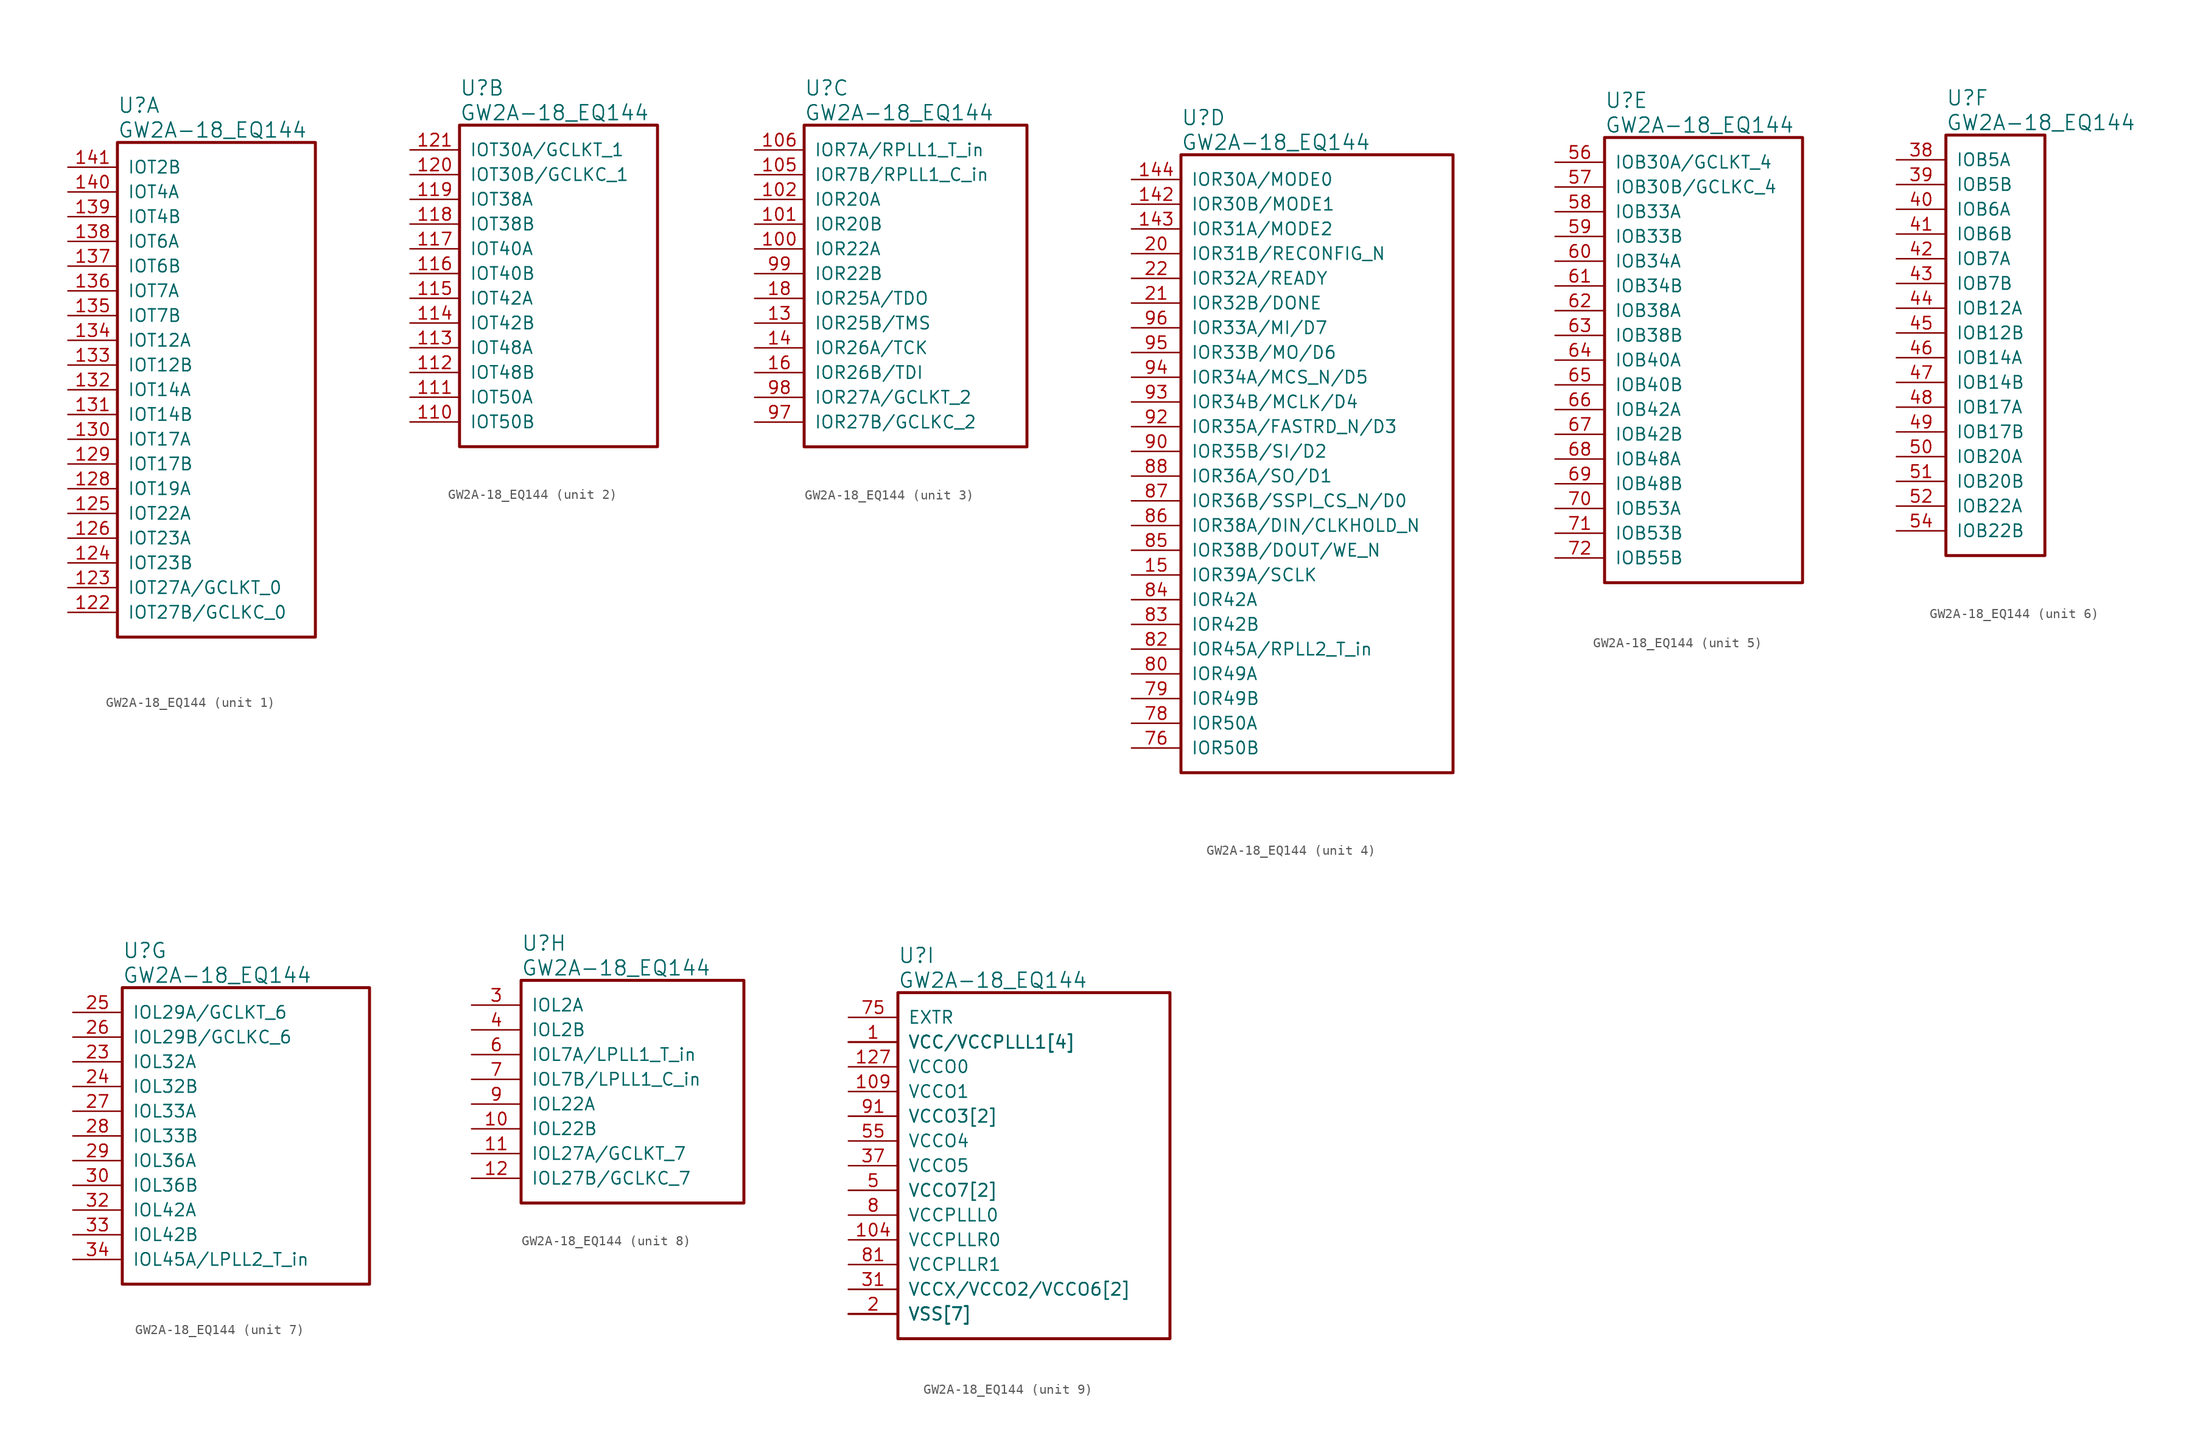
<source format=kicad_sym>
(kicad_symbol_lib
  (version 20241209)
  (generator "kicad_symbol_editor")
  (generator_version "9.0")
  (symbol "GW2A-18_EQ144"
    (pin_names
      (offset 1.016))
    (property "Reference" "U"
      (at 5.08 6.35 0)
      (effects (font (size 1.524 1.524)) (justify left)))
    (property "Value" "GW2A-18_EQ144"
      (at 5.08 3.81 0)
      (effects (font (size 1.524 1.524)) (justify left)))
    (property "ki_locked" ""
      (at 0 0 0)
      (effects (font (size 1.27 1.27))))
    (symbol "GW2A-18_EQ144_1_1"
      (rectangle (start 5.08 2.54) (end 25.4 -48.26) (stroke (width 0.305) (type solid)) (fill (type none)))
      (pin bidirectional line (at 0 0 0) (length 5.08) (name "IOT2B" (effects (font (size 1.27 1.27)))) (number "141" (effects (font (size 1.27 1.27)))))
      (pin bidirectional line (at 0 -2.54 0) (length 5.08) (name "IOT4A" (effects (font (size 1.27 1.27)))) (number "140" (effects (font (size 1.27 1.27)))))
      (pin bidirectional line (at 0 -5.08 0) (length 5.08) (name "IOT4B" (effects (font (size 1.27 1.27)))) (number "139" (effects (font (size 1.27 1.27)))))
      (pin bidirectional line (at 0 -7.62 0) (length 5.08) (name "IOT6A" (effects (font (size 1.27 1.27)))) (number "138" (effects (font (size 1.27 1.27)))))
      (pin bidirectional line (at 0 -10.16 0) (length 5.08) (name "IOT6B" (effects (font (size 1.27 1.27)))) (number "137" (effects (font (size 1.27 1.27)))))
      (pin bidirectional line (at 0 -12.7 0) (length 5.08) (name "IOT7A" (effects (font (size 1.27 1.27)))) (number "136" (effects (font (size 1.27 1.27)))))
      (pin bidirectional line (at 0 -15.24 0) (length 5.08) (name "IOT7B" (effects (font (size 1.27 1.27)))) (number "135" (effects (font (size 1.27 1.27)))))
      (pin bidirectional line (at 0 -17.78 0) (length 5.08) (name "IOT12A" (effects (font (size 1.27 1.27)))) (number "134" (effects (font (size 1.27 1.27)))))
      (pin bidirectional line (at 0 -20.32 0) (length 5.08) (name "IOT12B" (effects (font (size 1.27 1.27)))) (number "133" (effects (font (size 1.27 1.27)))))
      (pin bidirectional line (at 0 -22.86 0) (length 5.08) (name "IOT14A" (effects (font (size 1.27 1.27)))) (number "132" (effects (font (size 1.27 1.27)))))
      (pin bidirectional line (at 0 -25.4 0) (length 5.08) (name "IOT14B" (effects (font (size 1.27 1.27)))) (number "131" (effects (font (size 1.27 1.27)))))
      (pin bidirectional line (at 0 -27.94 0) (length 5.08) (name "IOT17A" (effects (font (size 1.27 1.27)))) (number "130" (effects (font (size 1.27 1.27)))))
      (pin bidirectional line (at 0 -30.48 0) (length 5.08) (name "IOT17B" (effects (font (size 1.27 1.27)))) (number "129" (effects (font (size 1.27 1.27)))))
      (pin bidirectional line (at 0 -33.02 0) (length 5.08) (name "IOT19A" (effects (font (size 1.27 1.27)))) (number "128" (effects (font (size 1.27 1.27)))))
      (pin bidirectional line (at 0 -35.56 0) (length 5.08) (name "IOT22A" (effects (font (size 1.27 1.27)))) (number "125" (effects (font (size 1.27 1.27)))))
      (pin bidirectional line (at 0 -38.1 0) (length 5.08) (name "IOT23A" (effects (font (size 1.27 1.27)))) (number "126" (effects (font (size 1.27 1.27)))))
      (pin bidirectional line (at 0 -40.64 0) (length 5.08) (name "IOT23B" (effects (font (size 1.27 1.27)))) (number "124" (effects (font (size 1.27 1.27)))))
      (pin bidirectional line (at 0 -43.18 0) (length 5.08) (name "IOT27A/GCLKT_0" (effects (font (size 1.27 1.27)))) (number "123" (effects (font (size 1.27 1.27)))))
      (pin bidirectional line (at 0 -45.72 0) (length 5.08) (name "IOT27B/GCLKC_0" (effects (font (size 1.27 1.27)))) (number "122" (effects (font (size 1.27 1.27))))))
    (symbol "GW2A-18_EQ144_2_1"
      (rectangle (start 5.08 2.54) (end 25.4 -30.48) (stroke (width 0.305) (type solid)) (fill (type none)))
      (pin bidirectional line (at 0 0 0) (length 5.08) (name "IOT30A/GCLKT_1" (effects (font (size 1.27 1.27)))) (number "121" (effects (font (size 1.27 1.27)))))
      (pin bidirectional line (at 0 -2.54 0) (length 5.08) (name "IOT30B/GCLKC_1" (effects (font (size 1.27 1.27)))) (number "120" (effects (font (size 1.27 1.27)))))
      (pin bidirectional line (at 0 -5.08 0) (length 5.08) (name "IOT38A" (effects (font (size 1.27 1.27)))) (number "119" (effects (font (size 1.27 1.27)))))
      (pin bidirectional line (at 0 -7.62 0) (length 5.08) (name "IOT38B" (effects (font (size 1.27 1.27)))) (number "118" (effects (font (size 1.27 1.27)))))
      (pin bidirectional line (at 0 -10.16 0) (length 5.08) (name "IOT40A" (effects (font (size 1.27 1.27)))) (number "117" (effects (font (size 1.27 1.27)))))
      (pin bidirectional line (at 0 -12.7 0) (length 5.08) (name "IOT40B" (effects (font (size 1.27 1.27)))) (number "116" (effects (font (size 1.27 1.27)))))
      (pin bidirectional line (at 0 -15.24 0) (length 5.08) (name "IOT42A" (effects (font (size 1.27 1.27)))) (number "115" (effects (font (size 1.27 1.27)))))
      (pin bidirectional line (at 0 -17.78 0) (length 5.08) (name "IOT42B" (effects (font (size 1.27 1.27)))) (number "114" (effects (font (size 1.27 1.27)))))
      (pin bidirectional line (at 0 -20.32 0) (length 5.08) (name "IOT48A" (effects (font (size 1.27 1.27)))) (number "113" (effects (font (size 1.27 1.27)))))
      (pin bidirectional line (at 0 -22.86 0) (length 5.08) (name "IOT48B" (effects (font (size 1.27 1.27)))) (number "112" (effects (font (size 1.27 1.27)))))
      (pin bidirectional line (at 0 -25.4 0) (length 5.08) (name "IOT50A" (effects (font (size 1.27 1.27)))) (number "111" (effects (font (size 1.27 1.27)))))
      (pin bidirectional line (at 0 -27.94 0) (length 5.08) (name "IOT50B" (effects (font (size 1.27 1.27)))) (number "110" (effects (font (size 1.27 1.27))))))
    (symbol "GW2A-18_EQ144_3_1"
      (rectangle (start 5.08 2.54) (end 27.94 -30.48) (stroke (width 0.305) (type solid)) (fill (type none)))
      (pin bidirectional line (at 0 0 0) (length 5.08) (name "IOR7A/RPLL1_T_in" (effects (font (size 1.27 1.27)))) (number "106" (effects (font (size 1.27 1.27)))))
      (pin bidirectional line (at 0 -2.54 0) (length 5.08) (name "IOR7B/RPLL1_C_in" (effects (font (size 1.27 1.27)))) (number "105" (effects (font (size 1.27 1.27)))))
      (pin bidirectional line (at 0 -5.08 0) (length 5.08) (name "IOR20A" (effects (font (size 1.27 1.27)))) (number "102" (effects (font (size 1.27 1.27)))))
      (pin bidirectional line (at 0 -7.62 0) (length 5.08) (name "IOR20B" (effects (font (size 1.27 1.27)))) (number "101" (effects (font (size 1.27 1.27)))))
      (pin bidirectional line (at 0 -10.16 0) (length 5.08) (name "IOR22A" (effects (font (size 1.27 1.27)))) (number "100" (effects (font (size 1.27 1.27)))))
      (pin bidirectional line (at 0 -12.7 0) (length 5.08) (name "IOR22B" (effects (font (size 1.27 1.27)))) (number "99" (effects (font (size 1.27 1.27)))))
      (pin bidirectional line (at 0 -15.24 0) (length 5.08) (name "IOR25A/TDO" (effects (font (size 1.27 1.27)))) (number "18" (effects (font (size 1.27 1.27)))))
      (pin bidirectional line (at 0 -17.78 0) (length 5.08) (name "IOR25B/TMS" (effects (font (size 1.27 1.27)))) (number "13" (effects (font (size 1.27 1.27)))))
      (pin bidirectional line (at 0 -20.32 0) (length 5.08) (name "IOR26A/TCK" (effects (font (size 1.27 1.27)))) (number "14" (effects (font (size 1.27 1.27)))))
      (pin bidirectional line (at 0 -22.86 0) (length 5.08) (name "IOR26B/TDI" (effects (font (size 1.27 1.27)))) (number "16" (effects (font (size 1.27 1.27)))))
      (pin bidirectional line (at 0 -25.4 0) (length 5.08) (name "IOR27A/GCLKT_2" (effects (font (size 1.27 1.27)))) (number "98" (effects (font (size 1.27 1.27)))))
      (pin bidirectional line (at 0 -27.94 0) (length 5.08) (name "IOR27B/GCLKC_2" (effects (font (size 1.27 1.27)))) (number "97" (effects (font (size 1.27 1.27))))))
    (symbol "GW2A-18_EQ144_4_1"
      (rectangle (start 5.08 2.54) (end 33.02 -60.96) (stroke (width 0.305) (type solid)) (fill (type none)))
      (pin bidirectional line (at 0 0 0) (length 5.08) (name "IOR30A/MODE0" (effects (font (size 1.27 1.27)))) (number "144" (effects (font (size 1.27 1.27)))))
      (pin bidirectional line (at 0 -2.54 0) (length 5.08) (name "IOR30B/MODE1" (effects (font (size 1.27 1.27)))) (number "142" (effects (font (size 1.27 1.27)))))
      (pin bidirectional line (at 0 -5.08 0) (length 5.08) (name "IOR31A/MODE2" (effects (font (size 1.27 1.27)))) (number "143" (effects (font (size 1.27 1.27)))))
      (pin bidirectional line (at 0 -7.62 0) (length 5.08) (name "IOR31B/RECONFIG_N" (effects (font (size 1.27 1.27)))) (number "20" (effects (font (size 1.27 1.27)))))
      (pin bidirectional line (at 0 -10.16 0) (length 5.08) (name "IOR32A/READY" (effects (font (size 1.27 1.27)))) (number "22" (effects (font (size 1.27 1.27)))))
      (pin bidirectional line (at 0 -12.7 0) (length 5.08) (name "IOR32B/DONE" (effects (font (size 1.27 1.27)))) (number "21" (effects (font (size 1.27 1.27)))))
      (pin bidirectional line (at 0 -15.24 0) (length 5.08) (name "IOR33A/MI/D7" (effects (font (size 1.27 1.27)))) (number "96" (effects (font (size 1.27 1.27)))))
      (pin bidirectional line (at 0 -17.78 0) (length 5.08) (name "IOR33B/MO/D6" (effects (font (size 1.27 1.27)))) (number "95" (effects (font (size 1.27 1.27)))))
      (pin bidirectional line (at 0 -20.32 0) (length 5.08) (name "IOR34A/MCS_N/D5" (effects (font (size 1.27 1.27)))) (number "94" (effects (font (size 1.27 1.27)))))
      (pin bidirectional line (at 0 -22.86 0) (length 5.08) (name "IOR34B/MCLK/D4" (effects (font (size 1.27 1.27)))) (number "93" (effects (font (size 1.27 1.27)))))
      (pin bidirectional line (at 0 -25.4 0) (length 5.08) (name "IOR35A/FASTRD_N/D3" (effects (font (size 1.27 1.27)))) (number "92" (effects (font (size 1.27 1.27)))))
      (pin bidirectional line (at 0 -27.94 0) (length 5.08) (name "IOR35B/SI/D2" (effects (font (size 1.27 1.27)))) (number "90" (effects (font (size 1.27 1.27)))))
      (pin bidirectional line (at 0 -30.48 0) (length 5.08) (name "IOR36A/SO/D1" (effects (font (size 1.27 1.27)))) (number "88" (effects (font (size 1.27 1.27)))))
      (pin bidirectional line (at 0 -33.02 0) (length 5.08) (name "IOR36B/SSPI_CS_N/D0" (effects (font (size 1.27 1.27)))) (number "87" (effects (font (size 1.27 1.27)))))
      (pin bidirectional line (at 0 -35.56 0) (length 5.08) (name "IOR38A/DIN/CLKHOLD_N" (effects (font (size 1.27 1.27)))) (number "86" (effects (font (size 1.27 1.27)))))
      (pin bidirectional line (at 0 -38.1 0) (length 5.08) (name "IOR38B/DOUT/WE_N" (effects (font (size 1.27 1.27)))) (number "85" (effects (font (size 1.27 1.27)))))
      (pin bidirectional line (at 0 -40.64 0) (length 5.08) (name "IOR39A/SCLK" (effects (font (size 1.27 1.27)))) (number "15" (effects (font (size 1.27 1.27)))))
      (pin bidirectional line (at 0 -43.18 0) (length 5.08) (name "IOR42A" (effects (font (size 1.27 1.27)))) (number "84" (effects (font (size 1.27 1.27)))))
      (pin bidirectional line (at 0 -45.72 0) (length 5.08) (name "IOR42B" (effects (font (size 1.27 1.27)))) (number "83" (effects (font (size 1.27 1.27)))))
      (pin bidirectional line (at 0 -48.26 0) (length 5.08) (name "IOR45A/RPLL2_T_in" (effects (font (size 1.27 1.27)))) (number "82" (effects (font (size 1.27 1.27)))))
      (pin bidirectional line (at 0 -50.8 0) (length 5.08) (name "IOR49A" (effects (font (size 1.27 1.27)))) (number "80" (effects (font (size 1.27 1.27)))))
      (pin bidirectional line (at 0 -53.34 0) (length 5.08) (name "IOR49B" (effects (font (size 1.27 1.27)))) (number "79" (effects (font (size 1.27 1.27)))))
      (pin bidirectional line (at 0 -55.88 0) (length 5.08) (name "IOR50A" (effects (font (size 1.27 1.27)))) (number "78" (effects (font (size 1.27 1.27)))))
      (pin bidirectional line (at 0 -58.42 0) (length 5.08) (name "IOR50B" (effects (font (size 1.27 1.27)))) (number "76" (effects (font (size 1.27 1.27))))))
    (symbol "GW2A-18_EQ144_5_1"
      (rectangle (start 5.08 2.54) (end 25.4 -43.18) (stroke (width 0.305) (type solid)) (fill (type none)))
      (pin bidirectional line (at 0 0 0) (length 5.08) (name "IOB30A/GCLKT_4" (effects (font (size 1.27 1.27)))) (number "56" (effects (font (size 1.27 1.27)))))
      (pin bidirectional line (at 0 -2.54 0) (length 5.08) (name "IOB30B/GCLKC_4" (effects (font (size 1.27 1.27)))) (number "57" (effects (font (size 1.27 1.27)))))
      (pin bidirectional line (at 0 -5.08 0) (length 5.08) (name "IOB33A" (effects (font (size 1.27 1.27)))) (number "58" (effects (font (size 1.27 1.27)))))
      (pin bidirectional line (at 0 -7.62 0) (length 5.08) (name "IOB33B" (effects (font (size 1.27 1.27)))) (number "59" (effects (font (size 1.27 1.27)))))
      (pin bidirectional line (at 0 -10.16 0) (length 5.08) (name "IOB34A" (effects (font (size 1.27 1.27)))) (number "60" (effects (font (size 1.27 1.27)))))
      (pin bidirectional line (at 0 -12.7 0) (length 5.08) (name "IOB34B" (effects (font (size 1.27 1.27)))) (number "61" (effects (font (size 1.27 1.27)))))
      (pin bidirectional line (at 0 -15.24 0) (length 5.08) (name "IOB38A" (effects (font (size 1.27 1.27)))) (number "62" (effects (font (size 1.27 1.27)))))
      (pin bidirectional line (at 0 -17.78 0) (length 5.08) (name "IOB38B" (effects (font (size 1.27 1.27)))) (number "63" (effects (font (size 1.27 1.27)))))
      (pin bidirectional line (at 0 -20.32 0) (length 5.08) (name "IOB40A" (effects (font (size 1.27 1.27)))) (number "64" (effects (font (size 1.27 1.27)))))
      (pin bidirectional line (at 0 -22.86 0) (length 5.08) (name "IOB40B" (effects (font (size 1.27 1.27)))) (number "65" (effects (font (size 1.27 1.27)))))
      (pin bidirectional line (at 0 -25.4 0) (length 5.08) (name "IOB42A" (effects (font (size 1.27 1.27)))) (number "66" (effects (font (size 1.27 1.27)))))
      (pin bidirectional line (at 0 -27.94 0) (length 5.08) (name "IOB42B" (effects (font (size 1.27 1.27)))) (number "67" (effects (font (size 1.27 1.27)))))
      (pin bidirectional line (at 0 -30.48 0) (length 5.08) (name "IOB48A" (effects (font (size 1.27 1.27)))) (number "68" (effects (font (size 1.27 1.27)))))
      (pin bidirectional line (at 0 -33.02 0) (length 5.08) (name "IOB48B" (effects (font (size 1.27 1.27)))) (number "69" (effects (font (size 1.27 1.27)))))
      (pin bidirectional line (at 0 -35.56 0) (length 5.08) (name "IOB53A" (effects (font (size 1.27 1.27)))) (number "70" (effects (font (size 1.27 1.27)))))
      (pin bidirectional line (at 0 -38.1 0) (length 5.08) (name "IOB53B" (effects (font (size 1.27 1.27)))) (number "71" (effects (font (size 1.27 1.27)))))
      (pin bidirectional line (at 0 -40.64 0) (length 5.08) (name "IOB55B" (effects (font (size 1.27 1.27)))) (number "72" (effects (font (size 1.27 1.27))))))
    (symbol "GW2A-18_EQ144_6_1"
      (rectangle (start 5.08 2.54) (end 15.24 -40.64) (stroke (width 0.305) (type solid)) (fill (type none)))
      (pin bidirectional line (at 0 0 0) (length 5.08) (name "IOB5A" (effects (font (size 1.27 1.27)))) (number "38" (effects (font (size 1.27 1.27)))))
      (pin bidirectional line (at 0 -2.54 0) (length 5.08) (name "IOB5B" (effects (font (size 1.27 1.27)))) (number "39" (effects (font (size 1.27 1.27)))))
      (pin bidirectional line (at 0 -5.08 0) (length 5.08) (name "IOB6A" (effects (font (size 1.27 1.27)))) (number "40" (effects (font (size 1.27 1.27)))))
      (pin bidirectional line (at 0 -7.62 0) (length 5.08) (name "IOB6B" (effects (font (size 1.27 1.27)))) (number "41" (effects (font (size 1.27 1.27)))))
      (pin bidirectional line (at 0 -10.16 0) (length 5.08) (name "IOB7A" (effects (font (size 1.27 1.27)))) (number "42" (effects (font (size 1.27 1.27)))))
      (pin bidirectional line (at 0 -12.7 0) (length 5.08) (name "IOB7B" (effects (font (size 1.27 1.27)))) (number "43" (effects (font (size 1.27 1.27)))))
      (pin bidirectional line (at 0 -15.24 0) (length 5.08) (name "IOB12A" (effects (font (size 1.27 1.27)))) (number "44" (effects (font (size 1.27 1.27)))))
      (pin bidirectional line (at 0 -17.78 0) (length 5.08) (name "IOB12B" (effects (font (size 1.27 1.27)))) (number "45" (effects (font (size 1.27 1.27)))))
      (pin bidirectional line (at 0 -20.32 0) (length 5.08) (name "IOB14A" (effects (font (size 1.27 1.27)))) (number "46" (effects (font (size 1.27 1.27)))))
      (pin bidirectional line (at 0 -22.86 0) (length 5.08) (name "IOB14B" (effects (font (size 1.27 1.27)))) (number "47" (effects (font (size 1.27 1.27)))))
      (pin bidirectional line (at 0 -25.4 0) (length 5.08) (name "IOB17A" (effects (font (size 1.27 1.27)))) (number "48" (effects (font (size 1.27 1.27)))))
      (pin bidirectional line (at 0 -27.94 0) (length 5.08) (name "IOB17B" (effects (font (size 1.27 1.27)))) (number "49" (effects (font (size 1.27 1.27)))))
      (pin bidirectional line (at 0 -30.48 0) (length 5.08) (name "IOB20A" (effects (font (size 1.27 1.27)))) (number "50" (effects (font (size 1.27 1.27)))))
      (pin bidirectional line (at 0 -33.02 0) (length 5.08) (name "IOB20B" (effects (font (size 1.27 1.27)))) (number "51" (effects (font (size 1.27 1.27)))))
      (pin bidirectional line (at 0 -35.56 0) (length 5.08) (name "IOB22A" (effects (font (size 1.27 1.27)))) (number "52" (effects (font (size 1.27 1.27)))))
      (pin bidirectional line (at 0 -38.1 0) (length 5.08) (name "IOB22B" (effects (font (size 1.27 1.27)))) (number "54" (effects (font (size 1.27 1.27))))))
    (symbol "GW2A-18_EQ144_7_1"
      (rectangle (start 5.08 2.54) (end 30.48 -27.94) (stroke (width 0.305) (type solid)) (fill (type none)))
      (pin bidirectional line (at 0 0 0) (length 5.08) (name "IOL29A/GCLKT_6" (effects (font (size 1.27 1.27)))) (number "25" (effects (font (size 1.27 1.27)))))
      (pin bidirectional line (at 0 -2.54 0) (length 5.08) (name "IOL29B/GCLKC_6" (effects (font (size 1.27 1.27)))) (number "26" (effects (font (size 1.27 1.27)))))
      (pin bidirectional line (at 0 -5.08 0) (length 5.08) (name "IOL32A" (effects (font (size 1.27 1.27)))) (number "23" (effects (font (size 1.27 1.27)))))
      (pin bidirectional line (at 0 -7.62 0) (length 5.08) (name "IOL32B" (effects (font (size 1.27 1.27)))) (number "24" (effects (font (size 1.27 1.27)))))
      (pin bidirectional line (at 0 -10.16 0) (length 5.08) (name "IOL33A" (effects (font (size 1.27 1.27)))) (number "27" (effects (font (size 1.27 1.27)))))
      (pin bidirectional line (at 0 -12.7 0) (length 5.08) (name "IOL33B" (effects (font (size 1.27 1.27)))) (number "28" (effects (font (size 1.27 1.27)))))
      (pin bidirectional line (at 0 -15.24 0) (length 5.08) (name "IOL36A" (effects (font (size 1.27 1.27)))) (number "29" (effects (font (size 1.27 1.27)))))
      (pin bidirectional line (at 0 -17.78 0) (length 5.08) (name "IOL36B" (effects (font (size 1.27 1.27)))) (number "30" (effects (font (size 1.27 1.27)))))
      (pin bidirectional line (at 0 -20.32 0) (length 5.08) (name "IOL42A" (effects (font (size 1.27 1.27)))) (number "32" (effects (font (size 1.27 1.27)))))
      (pin bidirectional line (at 0 -22.86 0) (length 5.08) (name "IOL42B" (effects (font (size 1.27 1.27)))) (number "33" (effects (font (size 1.27 1.27)))))
      (pin bidirectional line (at 0 -25.4 0) (length 5.08) (name "IOL45A/LPLL2_T_in" (effects (font (size 1.27 1.27)))) (number "34" (effects (font (size 1.27 1.27))))))
    (symbol "GW2A-18_EQ144_8_1"
      (rectangle (start 5.08 2.54) (end 27.94 -20.32) (stroke (width 0.305) (type solid)) (fill (type none)))
      (pin bidirectional line (at 0 0 0) (length 5.08) (name "IOL2A" (effects (font (size 1.27 1.27)))) (number "3" (effects (font (size 1.27 1.27)))))
      (pin bidirectional line (at 0 -2.54 0) (length 5.08) (name "IOL2B" (effects (font (size 1.27 1.27)))) (number "4" (effects (font (size 1.27 1.27)))))
      (pin bidirectional line (at 0 -5.08 0) (length 5.08) (name "IOL7A/LPLL1_T_in" (effects (font (size 1.27 1.27)))) (number "6" (effects (font (size 1.27 1.27)))))
      (pin bidirectional line (at 0 -7.62 0) (length 5.08) (name "IOL7B/LPLL1_C_in" (effects (font (size 1.27 1.27)))) (number "7" (effects (font (size 1.27 1.27)))))
      (pin bidirectional line (at 0 -10.16 0) (length 5.08) (name "IOL22A" (effects (font (size 1.27 1.27)))) (number "9" (effects (font (size 1.27 1.27)))))
      (pin bidirectional line (at 0 -12.7 0) (length 5.08) (name "IOL22B" (effects (font (size 1.27 1.27)))) (number "10" (effects (font (size 1.27 1.27)))))
      (pin bidirectional line (at 0 -15.24 0) (length 5.08) (name "IOL27A/GCLKT_7" (effects (font (size 1.27 1.27)))) (number "11" (effects (font (size 1.27 1.27)))))
      (pin bidirectional line (at 0 -17.78 0) (length 5.08) (name "IOL27B/GCLKC_7" (effects (font (size 1.27 1.27)))) (number "12" (effects (font (size 1.27 1.27))))))
    (symbol "GW2A-18_EQ144_9_1"
      (rectangle (start 5.08 2.54) (end 33.02 -33.02) (stroke (width 0.305) (type solid)) (fill (type none)))
      (pin power_in line (at 0 0 0) (length 5.08) (name "EXTR" (effects (font (size 1.27 1.27)))) (number "75" (effects (font (size 1.27 1.27)))))
      (pin power_in line (at 0 -2.54 0) (length 5.08) (name "VCC/VCCPLLL1[4]" (effects (font (size 1.27 1.27)))) (number "1" (effects (font (size 1.27 1.27)))))
      (pin power_in line (at 0 -2.54 0) (length 5.08) (name "VCC/VCCPLLL1[4]" (effects (font (size 1.27 1.27)))) (number "108" (effects (font (size 0 0)))))
      (pin power_in line (at 0 -2.54 0) (length 5.08) (name "VCC/VCCPLLL1[4]" (effects (font (size 1.27 1.27)))) (number "36" (effects (font (size 0 0)))))
      (pin power_in line (at 0 -2.54 0) (length 5.08) (name "VCC/VCCPLLL1[4]" (effects (font (size 1.27 1.27)))) (number "73" (effects (font (size 0 0)))))
      (pin power_in line (at 0 -5.08 0) (length 5.08) (name "VCCO0" (effects (font (size 1.27 1.27)))) (number "127" (effects (font (size 1.27 1.27)))))
      (pin power_in line (at 0 -7.62 0) (length 5.08) (name "VCCO1" (effects (font (size 1.27 1.27)))) (number "109" (effects (font (size 1.27 1.27)))))
      (pin power_in line (at 0 -10.16 0) (length 5.08) (name "VCCO3[2]" (effects (font (size 1.27 1.27)))) (number "77" (effects (font (size 0 0)))))
      (pin power_in line (at 0 -10.16 0) (length 5.08) (name "VCCO3[2]" (effects (font (size 1.27 1.27)))) (number "91" (effects (font (size 1.27 1.27)))))
      (pin power_in line (at 0 -12.7 0) (length 5.08) (name "VCCO4" (effects (font (size 1.27 1.27)))) (number "55" (effects (font (size 1.27 1.27)))))
      (pin power_in line (at 0 -15.24 0) (length 5.08) (name "VCCO5" (effects (font (size 1.27 1.27)))) (number "37" (effects (font (size 1.27 1.27)))))
      (pin power_in line (at 0 -17.78 0) (length 5.08) (name "VCCO7[2]" (effects (font (size 1.27 1.27)))) (number "19" (effects (font (size 0 0)))))
      (pin power_in line (at 0 -17.78 0) (length 5.08) (name "VCCO7[2]" (effects (font (size 1.27 1.27)))) (number "5" (effects (font (size 1.27 1.27)))))
      (pin power_in line (at 0 -20.32 0) (length 5.08) (name "VCCPLLL0" (effects (font (size 1.27 1.27)))) (number "8" (effects (font (size 1.27 1.27)))))
      (pin power_in line (at 0 -22.86 0) (length 5.08) (name "VCCPLLR0" (effects (font (size 1.27 1.27)))) (number "104" (effects (font (size 1.27 1.27)))))
      (pin power_in line (at 0 -25.4 0) (length 5.08) (name "VCCPLLR1" (effects (font (size 1.27 1.27)))) (number "81" (effects (font (size 1.27 1.27)))))
      (pin power_in line (at 0 -27.94 0) (length 5.08) (name "VCCX/VCCO2/VCCO6[2]" (effects (font (size 1.27 1.27)))) (number "103" (effects (font (size 0 0)))))
      (pin power_in line (at 0 -27.94 0) (length 5.08) (name "VCCX/VCCO2/VCCO6[2]" (effects (font (size 1.27 1.27)))) (number "31" (effects (font (size 1.27 1.27)))))
      (pin power_in line (at 0 -30.48 0) (length 5.08) (name "VSS[7]" (effects (font (size 1.27 1.27)))) (number "107" (effects (font (size 0 0)))))
      (pin power_in line (at 0 -30.48 0) (length 5.08) (name "VSS[7]" (effects (font (size 1.27 1.27)))) (number "17" (effects (font (size 0 0)))))
      (pin power_in line (at 0 -30.48 0) (length 5.08) (name "VSS[7]" (effects (font (size 1.27 1.27)))) (number "2" (effects (font (size 1.27 1.27)))))
      (pin power_in line (at 0 -30.48 0) (length 5.08) (name "VSS[7]" (effects (font (size 1.27 1.27)))) (number "35" (effects (font (size 0 0)))))
      (pin power_in line (at 0 -30.48 0) (length 5.08) (name "VSS[7]" (effects (font (size 1.27 1.27)))) (number "53" (effects (font (size 0 0)))))
      (pin power_in line (at 0 -30.48 0) (length 5.08) (name "VSS[7]" (effects (font (size 1.27 1.27)))) (number "74" (effects (font (size 0 0)))))
      (pin power_in line (at 0 -30.48 0) (length 5.08) (name "VSS[7]" (effects (font (size 1.27 1.27)))) (number "89" (effects (font (size 0 0))))))))
</source>
